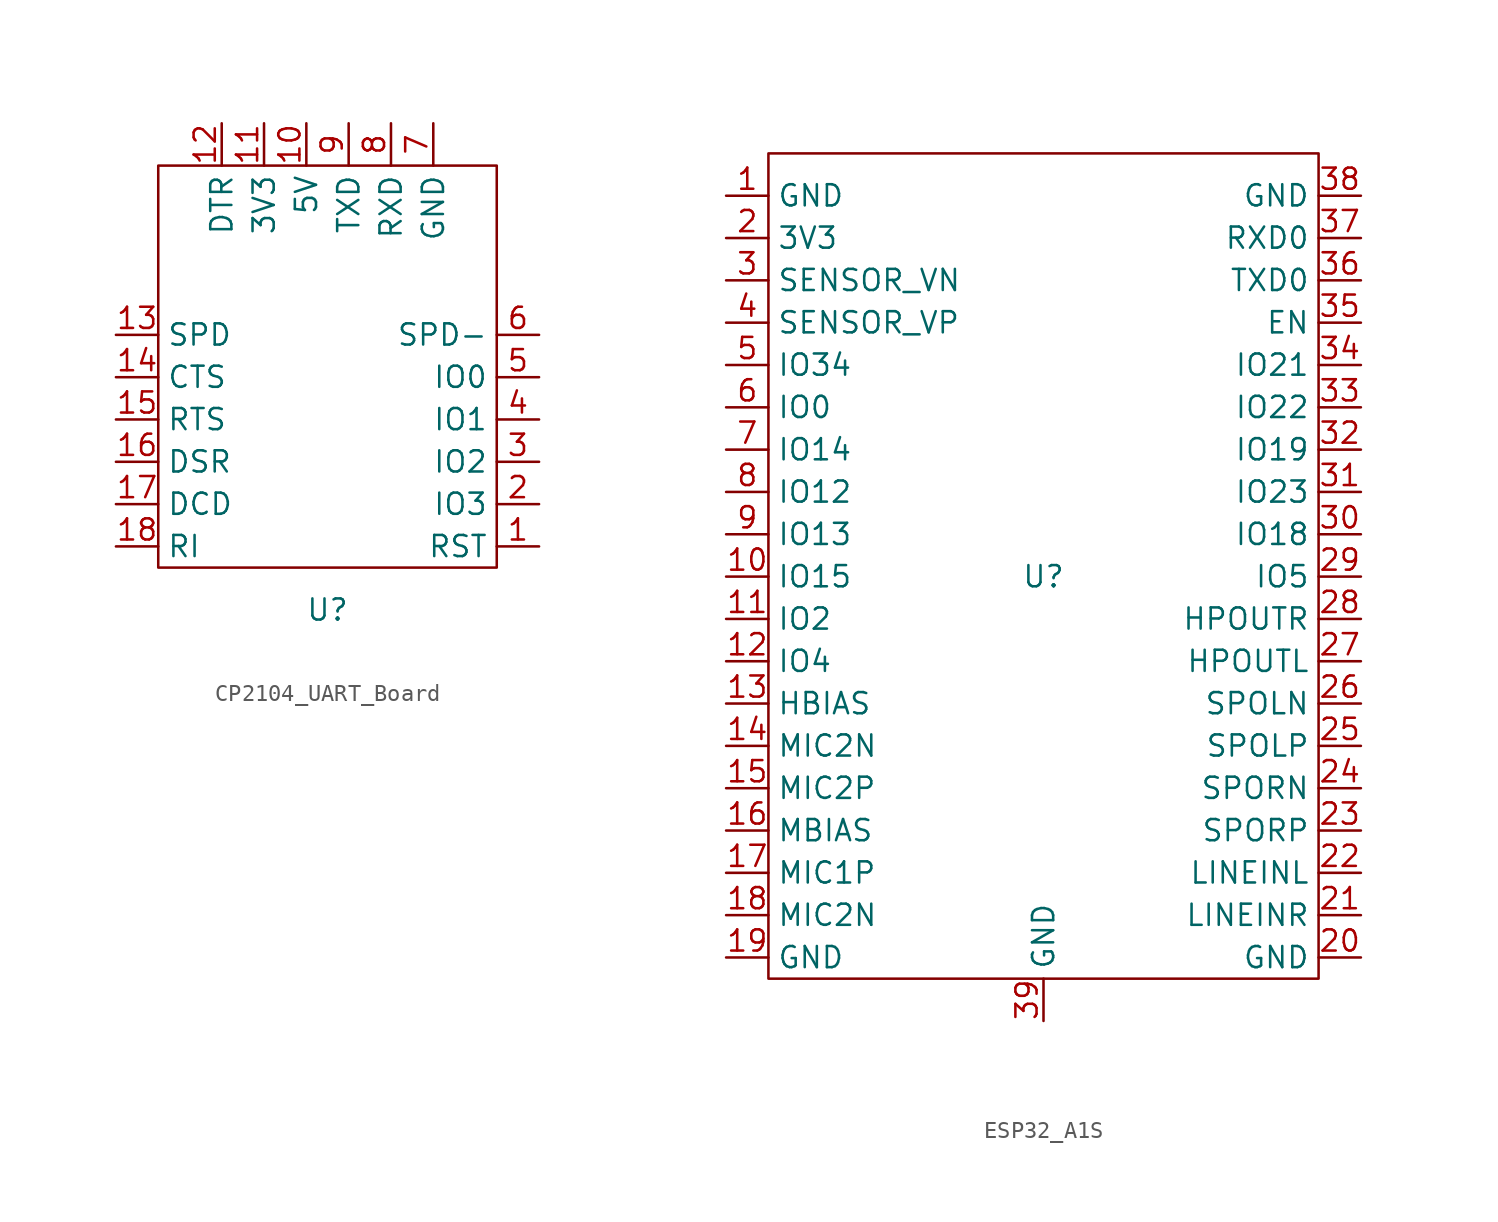
<source format=kicad_sym>
(kicad_symbol_lib
  (version 20220914)
  (generator kicad_symbol_editor)
  (symbol "CP2104_UART_Board"
    (property "Reference" "U"
      (at 0 -15.24 0)
      (effects (font (size 1.27 1.27))))
    (property "Value" ""
      (at 0 -15.24 0)
      (effects (font (size 1.27 1.27))))
    (symbol "CP2104_UART_Board_0_0"
      (pin input line (at 12.7 -11.43 180) (length 2.54) (name "RST" (effects (font (size 1.27 1.27)))) (number "1" (effects (font (size 1.27 1.27)))))
      (pin bidirectional line (at -1.27 13.97 270) (length 2.54) (name "5V" (effects (font (size 1.27 1.27)))) (number "10" (effects (font (size 1.27 1.27)))))
      (pin bidirectional line (at -3.81 13.97 270) (length 2.54) (name "3V3" (effects (font (size 1.27 1.27)))) (number "11" (effects (font (size 1.27 1.27)))))
      (pin bidirectional line (at -6.35 13.97 270) (length 2.54) (name "DTR" (effects (font (size 1.27 1.27)))) (number "12" (effects (font (size 1.27 1.27)))))
      (pin bidirectional line (at -12.7 1.27 0) (length 2.54) (name "SPD" (effects (font (size 1.27 1.27)))) (number "13" (effects (font (size 1.27 1.27)))))
      (pin bidirectional line (at -12.7 -1.27 0) (length 2.54) (name "CTS" (effects (font (size 1.27 1.27)))) (number "14" (effects (font (size 1.27 1.27)))))
      (pin bidirectional line (at -12.7 -3.81 0) (length 2.54) (name "RTS" (effects (font (size 1.27 1.27)))) (number "15" (effects (font (size 1.27 1.27)))))
      (pin bidirectional line (at -12.7 -6.35 0) (length 2.54) (name "DSR" (effects (font (size 1.27 1.27)))) (number "16" (effects (font (size 1.27 1.27)))))
      (pin bidirectional line (at -12.7 -8.89 0) (length 2.54) (name "DCD" (effects (font (size 1.27 1.27)))) (number "17" (effects (font (size 1.27 1.27)))))
      (pin bidirectional line (at -12.7 -11.43 0) (length 2.54) (name "RI" (effects (font (size 1.27 1.27)))) (number "18" (effects (font (size 1.27 1.27)))))
      (pin bidirectional line (at 12.7 -8.89 180) (length 2.54) (name "IO3" (effects (font (size 1.27 1.27)))) (number "2" (effects (font (size 1.27 1.27)))))
      (pin bidirectional line (at 12.7 -6.35 180) (length 2.54) (name "IO2" (effects (font (size 1.27 1.27)))) (number "3" (effects (font (size 1.27 1.27)))))
      (pin bidirectional line (at 12.7 -3.81 180) (length 2.54) (name "IO1" (effects (font (size 1.27 1.27)))) (number "4" (effects (font (size 1.27 1.27)))))
      (pin bidirectional line (at 12.7 -1.27 180) (length 2.54) (name "IO0" (effects (font (size 1.27 1.27)))) (number "5" (effects (font (size 1.27 1.27)))))
      (pin bidirectional line (at 12.7 1.27 180) (length 2.54) (name "SPD-" (effects (font (size 1.27 1.27)))) (number "6" (effects (font (size 1.27 1.27)))))
      (pin power_in line (at 6.35 13.97 270) (length 2.54) (name "GND" (effects (font (size 1.27 1.27)))) (number "7" (effects (font (size 1.27 1.27)))))
      (pin tri_state line (at 3.81 13.97 270) (length 2.54) (name "RXD" (effects (font (size 1.27 1.27)))) (number "8" (effects (font (size 1.27 1.27)))))
      (pin tri_state line (at 1.27 13.97 270) (length 2.54) (name "TXD" (effects (font (size 1.27 1.27)))) (number "9" (effects (font (size 1.27 1.27))))))
    (symbol "CP2104_UART_Board_0_1"
      (rectangle (start -10.16 11.43) (end 10.16 -12.7) (stroke (width 0) (type default)) (fill (type none)))))
  (symbol "ESP32_A1S"
    (property "Reference" "U"
      (at 0 0 0)
      (effects (font (size 1.27 1.27))))
    (property "Value" ""
      (at -19.05 22.86 0)
      (effects (font (size 1.27 1.27))))
    (symbol "ESP32_A1S_0_0"
      (pin power_in line (at -19.05 22.86 0) (length 2.54) (name "GND" (effects (font (size 1.27 1.27)))) (number "1" (effects (font (size 1.27 1.27)))))
      (pin bidirectional line (at -19.05 0 0) (length 2.54) (name "IO15" (effects (font (size 1.27 1.27)))) (number "10" (effects (font (size 1.27 1.27)))))
      (pin bidirectional line (at -19.05 -2.54 0) (length 2.54) (name "IO2" (effects (font (size 1.27 1.27)))) (number "11" (effects (font (size 1.27 1.27)))))
      (pin bidirectional line (at -19.05 -5.08 0) (length 2.54) (name "IO4" (effects (font (size 1.27 1.27)))) (number "12" (effects (font (size 1.27 1.27)))))
      (pin bidirectional line (at -19.05 -7.62 0) (length 2.54) (name "HBIAS" (effects (font (size 1.27 1.27)))) (number "13" (effects (font (size 1.27 1.27)))))
      (pin bidirectional line (at -19.05 -10.16 0) (length 2.54) (name "MIC2N" (effects (font (size 1.27 1.27)))) (number "14" (effects (font (size 1.27 1.27)))))
      (pin bidirectional line (at -19.05 -12.7 0) (length 2.54) (name "MIC2P" (effects (font (size 1.27 1.27)))) (number "15" (effects (font (size 1.27 1.27)))))
      (pin bidirectional line (at -19.05 -15.24 0) (length 2.54) (name "MBIAS" (effects (font (size 1.27 1.27)))) (number "16" (effects (font (size 1.27 1.27)))))
      (pin bidirectional line (at -19.05 -17.78 0) (length 2.54) (name "MIC1P" (effects (font (size 1.27 1.27)))) (number "17" (effects (font (size 1.27 1.27)))))
      (pin bidirectional line (at -19.05 -20.32 0) (length 2.54) (name "MIC2N" (effects (font (size 1.27 1.27)))) (number "18" (effects (font (size 1.27 1.27)))))
      (pin power_in line (at -19.05 -22.86 0) (length 2.54) (name "GND" (effects (font (size 1.27 1.27)))) (number "19" (effects (font (size 1.27 1.27)))))
      (pin power_in line (at -19.05 20.32 0) (length 2.54) (name "3V3" (effects (font (size 1.27 1.27)))) (number "2" (effects (font (size 1.27 1.27)))))
      (pin power_in line (at 19.05 -22.86 180) (length 2.54) (name "GND" (effects (font (size 1.27 1.27)))) (number "20" (effects (font (size 1.27 1.27)))))
      (pin input line (at 19.05 -20.32 180) (length 2.54) (name "LINEINR" (effects (font (size 1.27 1.27)))) (number "21" (effects (font (size 1.27 1.27)))))
      (pin input line (at 19.05 -17.78 180) (length 2.54) (name "LINEINL" (effects (font (size 1.27 1.27)))) (number "22" (effects (font (size 1.27 1.27)))))
      (pin bidirectional line (at 19.05 -15.24 180) (length 2.54) (name "SPORP" (effects (font (size 1.27 1.27)))) (number "23" (effects (font (size 1.27 1.27)))))
      (pin bidirectional line (at 19.05 -12.7 180) (length 2.54) (name "SPORN" (effects (font (size 1.27 1.27)))) (number "24" (effects (font (size 1.27 1.27)))))
      (pin bidirectional line (at 19.05 -10.16 180) (length 2.54) (name "SPOLP" (effects (font (size 1.27 1.27)))) (number "25" (effects (font (size 1.27 1.27)))))
      (pin bidirectional line (at 19.05 -7.62 180) (length 2.54) (name "SPOLN" (effects (font (size 1.27 1.27)))) (number "26" (effects (font (size 1.27 1.27)))))
      (pin output line (at 19.05 -5.08 180) (length 2.54) (name "HPOUTL" (effects (font (size 1.27 1.27)))) (number "27" (effects (font (size 1.27 1.27)))))
      (pin output line (at 19.05 -2.54 180) (length 2.54) (name "HPOUTR" (effects (font (size 1.27 1.27)))) (number "28" (effects (font (size 1.27 1.27)))))
      (pin bidirectional line (at 19.05 0 180) (length 2.54) (name "IO5" (effects (font (size 1.27 1.27)))) (number "29" (effects (font (size 1.27 1.27)))))
      (pin bidirectional line (at -19.05 17.78 0) (length 2.54) (name "SENSOR_VN" (effects (font (size 1.27 1.27)))) (number "3" (effects (font (size 1.27 1.27)))))
      (pin bidirectional line (at 19.05 2.54 180) (length 2.54) (name "IO18" (effects (font (size 1.27 1.27)))) (number "30" (effects (font (size 1.27 1.27)))))
      (pin bidirectional line (at 19.05 5.08 180) (length 2.54) (name "IO23" (effects (font (size 1.27 1.27)))) (number "31" (effects (font (size 1.27 1.27)))))
      (pin bidirectional line (at 19.05 7.62 180) (length 2.54) (name "IO19" (effects (font (size 1.27 1.27)))) (number "32" (effects (font (size 1.27 1.27)))))
      (pin bidirectional line (at 19.05 10.16 180) (length 2.54) (name "IO22" (effects (font (size 1.27 1.27)))) (number "33" (effects (font (size 1.27 1.27)))))
      (pin bidirectional line (at 19.05 12.7 180) (length 2.54) (name "IO21" (effects (font (size 1.27 1.27)))) (number "34" (effects (font (size 1.27 1.27)))))
      (pin input line (at 19.05 15.24 180) (length 2.54) (name "EN" (effects (font (size 1.27 1.27)))) (number "35" (effects (font (size 1.27 1.27)))))
      (pin bidirectional line (at 19.05 17.78 180) (length 2.54) (name "TXD0" (effects (font (size 1.27 1.27)))) (number "36" (effects (font (size 1.27 1.27)))))
      (pin bidirectional line (at 19.05 20.32 180) (length 2.54) (name "RXD0" (effects (font (size 1.27 1.27)))) (number "37" (effects (font (size 1.27 1.27)))))
      (pin power_in line (at 19.05 22.86 180) (length 2.54) (name "GND" (effects (font (size 1.27 1.27)))) (number "38" (effects (font (size 1.27 1.27)))))
      (pin power_in line (at 0 -26.67 90) (length 2.54) (name "GND" (effects (font (size 1.27 1.27)))) (number "39" (effects (font (size 1.27 1.27)))))
      (pin bidirectional line (at -19.05 15.24 0) (length 2.54) (name "SENSOR_VP" (effects (font (size 1.27 1.27)))) (number "4" (effects (font (size 1.27 1.27)))))
      (pin bidirectional line (at -19.05 12.7 0) (length 2.54) (name "IO34" (effects (font (size 1.27 1.27)))) (number "5" (effects (font (size 1.27 1.27)))))
      (pin bidirectional line (at -19.05 10.16 0) (length 2.54) (name "IO0" (effects (font (size 1.27 1.27)))) (number "6" (effects (font (size 1.27 1.27)))))
      (pin bidirectional line (at -19.05 7.62 0) (length 2.54) (name "IO14" (effects (font (size 1.27 1.27)))) (number "7" (effects (font (size 1.27 1.27)))))
      (pin bidirectional line (at -19.05 5.08 0) (length 2.54) (name "IO12" (effects (font (size 1.27 1.27)))) (number "8" (effects (font (size 1.27 1.27)))))
      (pin bidirectional line (at -19.05 2.54 0) (length 2.54) (name "IO13" (effects (font (size 1.27 1.27)))) (number "9" (effects (font (size 1.27 1.27))))))
    (symbol "ESP32_A1S_0_1"
      (rectangle (start -16.51 25.4) (end 16.51 -24.13) (stroke (width 0) (type default)) (fill (type none))))))
</source>
